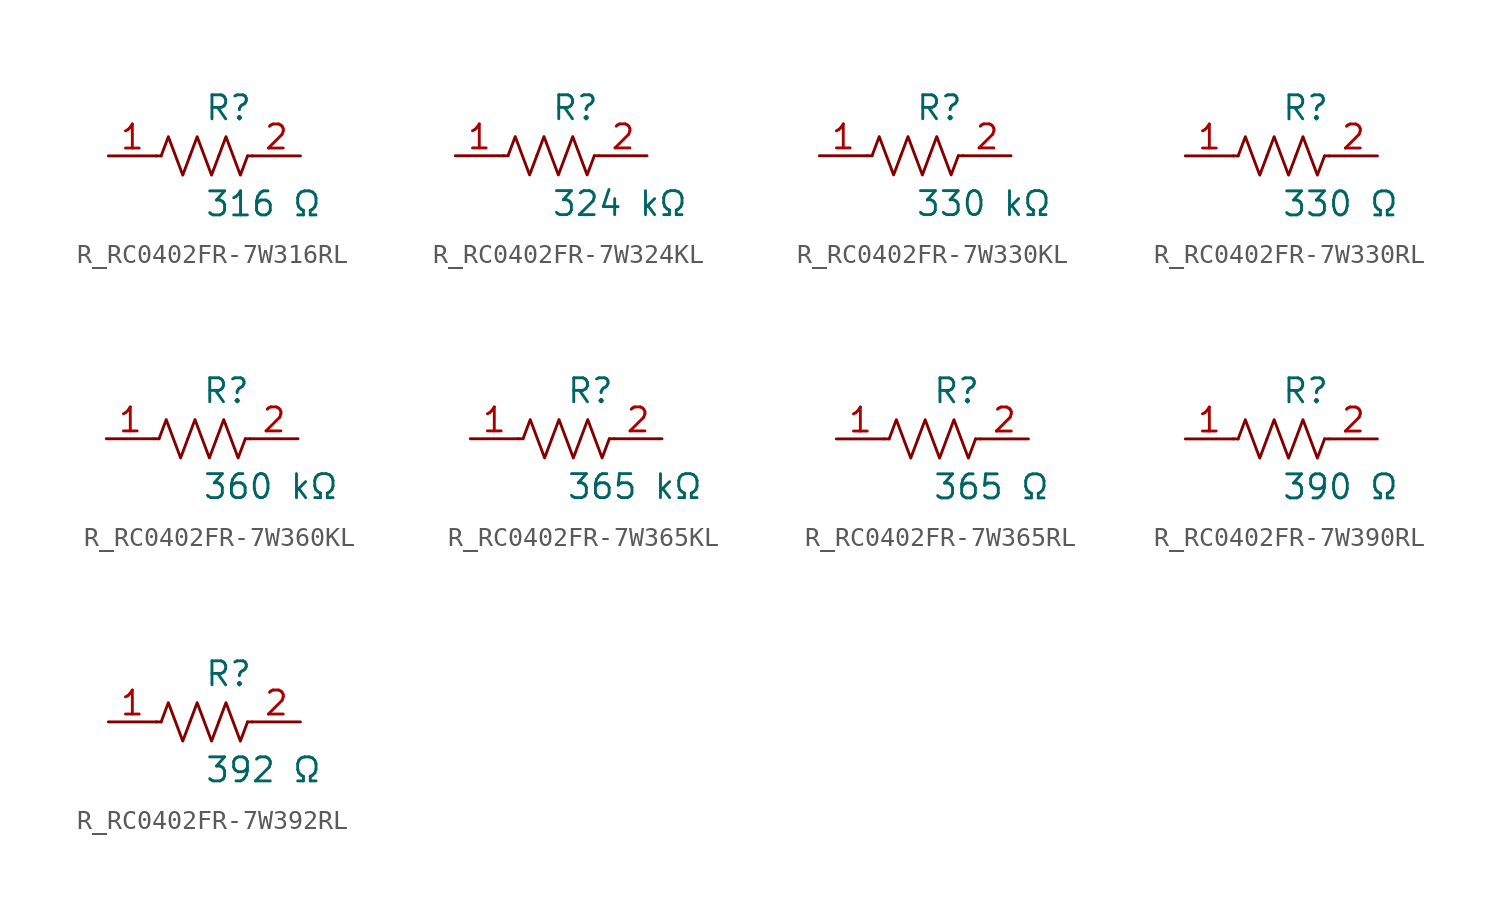
<source format=kicad_sym>
(kicad_symbol_lib
  (version 20231120)
  (generator kicad_symbol_editor)
  (generator_version 8.0)
  (symbol "R_RC0402FR-7W316RL"
    (pin_names
      (offset 0.254))
    (property "Reference" "R"
      (at 0 2.54 0)
      (effects (font (size 1.27 1.27)) (justify left)))
    (property "Value" "316 Ω"
      (at 0 -2.54 0)
      (effects (font (size 1.27 1.27)) (justify left)))
    (symbol "R_RC0402FR-7W316RL_0_1"
      (polyline (pts (xy 2.286 0) (xy 2.54 0)) (stroke (width 0) (type default)) (fill (type none)))
      (polyline (pts (xy -2.286 0) (xy -2.54 0)) (stroke (width 0) (type default)) (fill (type none)))
      (polyline (pts (xy 0.762 0) (xy 1.143 1.016) (xy 1.524 0) (xy 1.905 -1.016) (xy 2.286 0)) (stroke (width 0) (type default)) (fill (type none)))
      (polyline (pts (xy -0.762 0) (xy -0.381 1.016) (xy 0 0) (xy 0.381 -1.016) (xy 0.762 0)) (stroke (width 0) (type default)) (fill (type none)))
      (polyline (pts (xy -2.286 0) (xy -1.905 1.016) (xy -1.524 0) (xy -1.143 -1.016) (xy -0.762 0)) (stroke (width 0) (type default)) (fill (type none))))
    (pin passive line
      (at -5.08 0 0)
      (length 2.54)
      (name "" (effects (font (size 1.27 1.27))))
      (number "1" (effects (font (size 1.27 1.27)))))
    (pin passive line
      (at 5.08 0 180)
      (length 2.54)
      (name "" (effects (font (size 1.27 1.27))))
      (number "2" (effects (font (size 1.27 1.27))))))
  (symbol "R_RC0402FR-7W324KL"
    (pin_names
      (offset 0.254))
    (property "Reference" "R"
      (at 0 2.54 0)
      (effects (font (size 1.27 1.27)) (justify left)))
    (property "Value" "324 kΩ"
      (at 0 -2.54 0)
      (effects (font (size 1.27 1.27)) (justify left)))
    (symbol "R_RC0402FR-7W324KL_0_1"
      (polyline (pts (xy 2.286 0) (xy 2.54 0)) (stroke (width 0) (type default)) (fill (type none)))
      (polyline (pts (xy -2.286 0) (xy -2.54 0)) (stroke (width 0) (type default)) (fill (type none)))
      (polyline (pts (xy 0.762 0) (xy 1.143 1.016) (xy 1.524 0) (xy 1.905 -1.016) (xy 2.286 0)) (stroke (width 0) (type default)) (fill (type none)))
      (polyline (pts (xy -0.762 0) (xy -0.381 1.016) (xy 0 0) (xy 0.381 -1.016) (xy 0.762 0)) (stroke (width 0) (type default)) (fill (type none)))
      (polyline (pts (xy -2.286 0) (xy -1.905 1.016) (xy -1.524 0) (xy -1.143 -1.016) (xy -0.762 0)) (stroke (width 0) (type default)) (fill (type none))))
    (pin passive line
      (at -5.08 0 0)
      (length 2.54)
      (name "" (effects (font (size 1.27 1.27))))
      (number "1" (effects (font (size 1.27 1.27)))))
    (pin passive line
      (at 5.08 0 180)
      (length 2.54)
      (name "" (effects (font (size 1.27 1.27))))
      (number "2" (effects (font (size 1.27 1.27))))))
  (symbol "R_RC0402FR-7W330KL"
    (pin_names
      (offset 0.254))
    (property "Reference" "R"
      (at 0 2.54 0)
      (effects (font (size 1.27 1.27)) (justify left)))
    (property "Value" "330 kΩ"
      (at 0 -2.54 0)
      (effects (font (size 1.27 1.27)) (justify left)))
    (symbol "R_RC0402FR-7W330KL_0_1"
      (polyline (pts (xy 2.286 0) (xy 2.54 0)) (stroke (width 0) (type default)) (fill (type none)))
      (polyline (pts (xy -2.286 0) (xy -2.54 0)) (stroke (width 0) (type default)) (fill (type none)))
      (polyline (pts (xy 0.762 0) (xy 1.143 1.016) (xy 1.524 0) (xy 1.905 -1.016) (xy 2.286 0)) (stroke (width 0) (type default)) (fill (type none)))
      (polyline (pts (xy -0.762 0) (xy -0.381 1.016) (xy 0 0) (xy 0.381 -1.016) (xy 0.762 0)) (stroke (width 0) (type default)) (fill (type none)))
      (polyline (pts (xy -2.286 0) (xy -1.905 1.016) (xy -1.524 0) (xy -1.143 -1.016) (xy -0.762 0)) (stroke (width 0) (type default)) (fill (type none))))
    (pin passive line
      (at -5.08 0 0)
      (length 2.54)
      (name "" (effects (font (size 1.27 1.27))))
      (number "1" (effects (font (size 1.27 1.27)))))
    (pin passive line
      (at 5.08 0 180)
      (length 2.54)
      (name "" (effects (font (size 1.27 1.27))))
      (number "2" (effects (font (size 1.27 1.27))))))
  (symbol "R_RC0402FR-7W330RL"
    (pin_names
      (offset 0.254))
    (property "Reference" "R"
      (at 0 2.54 0)
      (effects (font (size 1.27 1.27)) (justify left)))
    (property "Value" "330 Ω"
      (at 0 -2.54 0)
      (effects (font (size 1.27 1.27)) (justify left)))
    (symbol "R_RC0402FR-7W330RL_0_1"
      (polyline (pts (xy 2.286 0) (xy 2.54 0)) (stroke (width 0) (type default)) (fill (type none)))
      (polyline (pts (xy -2.286 0) (xy -2.54 0)) (stroke (width 0) (type default)) (fill (type none)))
      (polyline (pts (xy 0.762 0) (xy 1.143 1.016) (xy 1.524 0) (xy 1.905 -1.016) (xy 2.286 0)) (stroke (width 0) (type default)) (fill (type none)))
      (polyline (pts (xy -0.762 0) (xy -0.381 1.016) (xy 0 0) (xy 0.381 -1.016) (xy 0.762 0)) (stroke (width 0) (type default)) (fill (type none)))
      (polyline (pts (xy -2.286 0) (xy -1.905 1.016) (xy -1.524 0) (xy -1.143 -1.016) (xy -0.762 0)) (stroke (width 0) (type default)) (fill (type none))))
    (pin passive line
      (at -5.08 0 0)
      (length 2.54)
      (name "" (effects (font (size 1.27 1.27))))
      (number "1" (effects (font (size 1.27 1.27)))))
    (pin passive line
      (at 5.08 0 180)
      (length 2.54)
      (name "" (effects (font (size 1.27 1.27))))
      (number "2" (effects (font (size 1.27 1.27))))))
  (symbol "R_RC0402FR-7W360KL"
    (pin_names
      (offset 0.254))
    (property "Reference" "R"
      (at 0 2.54 0)
      (effects (font (size 1.27 1.27)) (justify left)))
    (property "Value" "360 kΩ"
      (at 0 -2.54 0)
      (effects (font (size 1.27 1.27)) (justify left)))
    (symbol "R_RC0402FR-7W360KL_0_1"
      (polyline (pts (xy 2.286 0) (xy 2.54 0)) (stroke (width 0) (type default)) (fill (type none)))
      (polyline (pts (xy -2.286 0) (xy -2.54 0)) (stroke (width 0) (type default)) (fill (type none)))
      (polyline (pts (xy 0.762 0) (xy 1.143 1.016) (xy 1.524 0) (xy 1.905 -1.016) (xy 2.286 0)) (stroke (width 0) (type default)) (fill (type none)))
      (polyline (pts (xy -0.762 0) (xy -0.381 1.016) (xy 0 0) (xy 0.381 -1.016) (xy 0.762 0)) (stroke (width 0) (type default)) (fill (type none)))
      (polyline (pts (xy -2.286 0) (xy -1.905 1.016) (xy -1.524 0) (xy -1.143 -1.016) (xy -0.762 0)) (stroke (width 0) (type default)) (fill (type none))))
    (pin passive line
      (at -5.08 0 0)
      (length 2.54)
      (name "" (effects (font (size 1.27 1.27))))
      (number "1" (effects (font (size 1.27 1.27)))))
    (pin passive line
      (at 5.08 0 180)
      (length 2.54)
      (name "" (effects (font (size 1.27 1.27))))
      (number "2" (effects (font (size 1.27 1.27))))))
  (symbol "R_RC0402FR-7W365KL"
    (pin_names
      (offset 0.254))
    (property "Reference" "R"
      (at 0 2.54 0)
      (effects (font (size 1.27 1.27)) (justify left)))
    (property "Value" "365 kΩ"
      (at 0 -2.54 0)
      (effects (font (size 1.27 1.27)) (justify left)))
    (symbol "R_RC0402FR-7W365KL_0_1"
      (polyline (pts (xy 2.286 0) (xy 2.54 0)) (stroke (width 0) (type default)) (fill (type none)))
      (polyline (pts (xy -2.286 0) (xy -2.54 0)) (stroke (width 0) (type default)) (fill (type none)))
      (polyline (pts (xy 0.762 0) (xy 1.143 1.016) (xy 1.524 0) (xy 1.905 -1.016) (xy 2.286 0)) (stroke (width 0) (type default)) (fill (type none)))
      (polyline (pts (xy -0.762 0) (xy -0.381 1.016) (xy 0 0) (xy 0.381 -1.016) (xy 0.762 0)) (stroke (width 0) (type default)) (fill (type none)))
      (polyline (pts (xy -2.286 0) (xy -1.905 1.016) (xy -1.524 0) (xy -1.143 -1.016) (xy -0.762 0)) (stroke (width 0) (type default)) (fill (type none))))
    (pin passive line
      (at -5.08 0 0)
      (length 2.54)
      (name "" (effects (font (size 1.27 1.27))))
      (number "1" (effects (font (size 1.27 1.27)))))
    (pin passive line
      (at 5.08 0 180)
      (length 2.54)
      (name "" (effects (font (size 1.27 1.27))))
      (number "2" (effects (font (size 1.27 1.27))))))
  (symbol "R_RC0402FR-7W365RL"
    (pin_names
      (offset 0.254))
    (property "Reference" "R"
      (at 0 2.54 0)
      (effects (font (size 1.27 1.27)) (justify left)))
    (property "Value" "365 Ω"
      (at 0 -2.54 0)
      (effects (font (size 1.27 1.27)) (justify left)))
    (symbol "R_RC0402FR-7W365RL_0_1"
      (polyline (pts (xy 2.286 0) (xy 2.54 0)) (stroke (width 0) (type default)) (fill (type none)))
      (polyline (pts (xy -2.286 0) (xy -2.54 0)) (stroke (width 0) (type default)) (fill (type none)))
      (polyline (pts (xy 0.762 0) (xy 1.143 1.016) (xy 1.524 0) (xy 1.905 -1.016) (xy 2.286 0)) (stroke (width 0) (type default)) (fill (type none)))
      (polyline (pts (xy -0.762 0) (xy -0.381 1.016) (xy 0 0) (xy 0.381 -1.016) (xy 0.762 0)) (stroke (width 0) (type default)) (fill (type none)))
      (polyline (pts (xy -2.286 0) (xy -1.905 1.016) (xy -1.524 0) (xy -1.143 -1.016) (xy -0.762 0)) (stroke (width 0) (type default)) (fill (type none))))
    (pin passive line
      (at -5.08 0 0)
      (length 2.54)
      (name "" (effects (font (size 1.27 1.27))))
      (number "1" (effects (font (size 1.27 1.27)))))
    (pin passive line
      (at 5.08 0 180)
      (length 2.54)
      (name "" (effects (font (size 1.27 1.27))))
      (number "2" (effects (font (size 1.27 1.27))))))
  (symbol "R_RC0402FR-7W390RL"
    (pin_names
      (offset 0.254))
    (property "Reference" "R"
      (at 0 2.54 0)
      (effects (font (size 1.27 1.27)) (justify left)))
    (property "Value" "390 Ω"
      (at 0 -2.54 0)
      (effects (font (size 1.27 1.27)) (justify left)))
    (symbol "R_RC0402FR-7W390RL_0_1"
      (polyline (pts (xy 2.286 0) (xy 2.54 0)) (stroke (width 0) (type default)) (fill (type none)))
      (polyline (pts (xy -2.286 0) (xy -2.54 0)) (stroke (width 0) (type default)) (fill (type none)))
      (polyline (pts (xy 0.762 0) (xy 1.143 1.016) (xy 1.524 0) (xy 1.905 -1.016) (xy 2.286 0)) (stroke (width 0) (type default)) (fill (type none)))
      (polyline (pts (xy -0.762 0) (xy -0.381 1.016) (xy 0 0) (xy 0.381 -1.016) (xy 0.762 0)) (stroke (width 0) (type default)) (fill (type none)))
      (polyline (pts (xy -2.286 0) (xy -1.905 1.016) (xy -1.524 0) (xy -1.143 -1.016) (xy -0.762 0)) (stroke (width 0) (type default)) (fill (type none))))
    (pin passive line
      (at -5.08 0 0)
      (length 2.54)
      (name "" (effects (font (size 1.27 1.27))))
      (number "1" (effects (font (size 1.27 1.27)))))
    (pin passive line
      (at 5.08 0 180)
      (length 2.54)
      (name "" (effects (font (size 1.27 1.27))))
      (number "2" (effects (font (size 1.27 1.27))))))
  (symbol "R_RC0402FR-7W392RL"
    (pin_names
      (offset 0.254))
    (property "Reference" "R"
      (at 0 2.54 0)
      (effects (font (size 1.27 1.27)) (justify left)))
    (property "Value" "392 Ω"
      (at 0 -2.54 0)
      (effects (font (size 1.27 1.27)) (justify left)))
    (symbol "R_RC0402FR-7W392RL_0_1"
      (polyline (pts (xy 2.286 0) (xy 2.54 0)) (stroke (width 0) (type default)) (fill (type none)))
      (polyline (pts (xy -2.286 0) (xy -2.54 0)) (stroke (width 0) (type default)) (fill (type none)))
      (polyline (pts (xy 0.762 0) (xy 1.143 1.016) (xy 1.524 0) (xy 1.905 -1.016) (xy 2.286 0)) (stroke (width 0) (type default)) (fill (type none)))
      (polyline (pts (xy -0.762 0) (xy -0.381 1.016) (xy 0 0) (xy 0.381 -1.016) (xy 0.762 0)) (stroke (width 0) (type default)) (fill (type none)))
      (polyline (pts (xy -2.286 0) (xy -1.905 1.016) (xy -1.524 0) (xy -1.143 -1.016) (xy -0.762 0)) (stroke (width 0) (type default)) (fill (type none))))
    (pin passive line
      (at -5.08 0 0)
      (length 2.54)
      (name "" (effects (font (size 1.27 1.27))))
      (number "1" (effects (font (size 1.27 1.27)))))
    (pin passive line
      (at 5.08 0 180)
      (length 2.54)
      (name "" (effects (font (size 1.27 1.27))))
      (number "2" (effects (font (size 1.27 1.27)))))))
</source>
